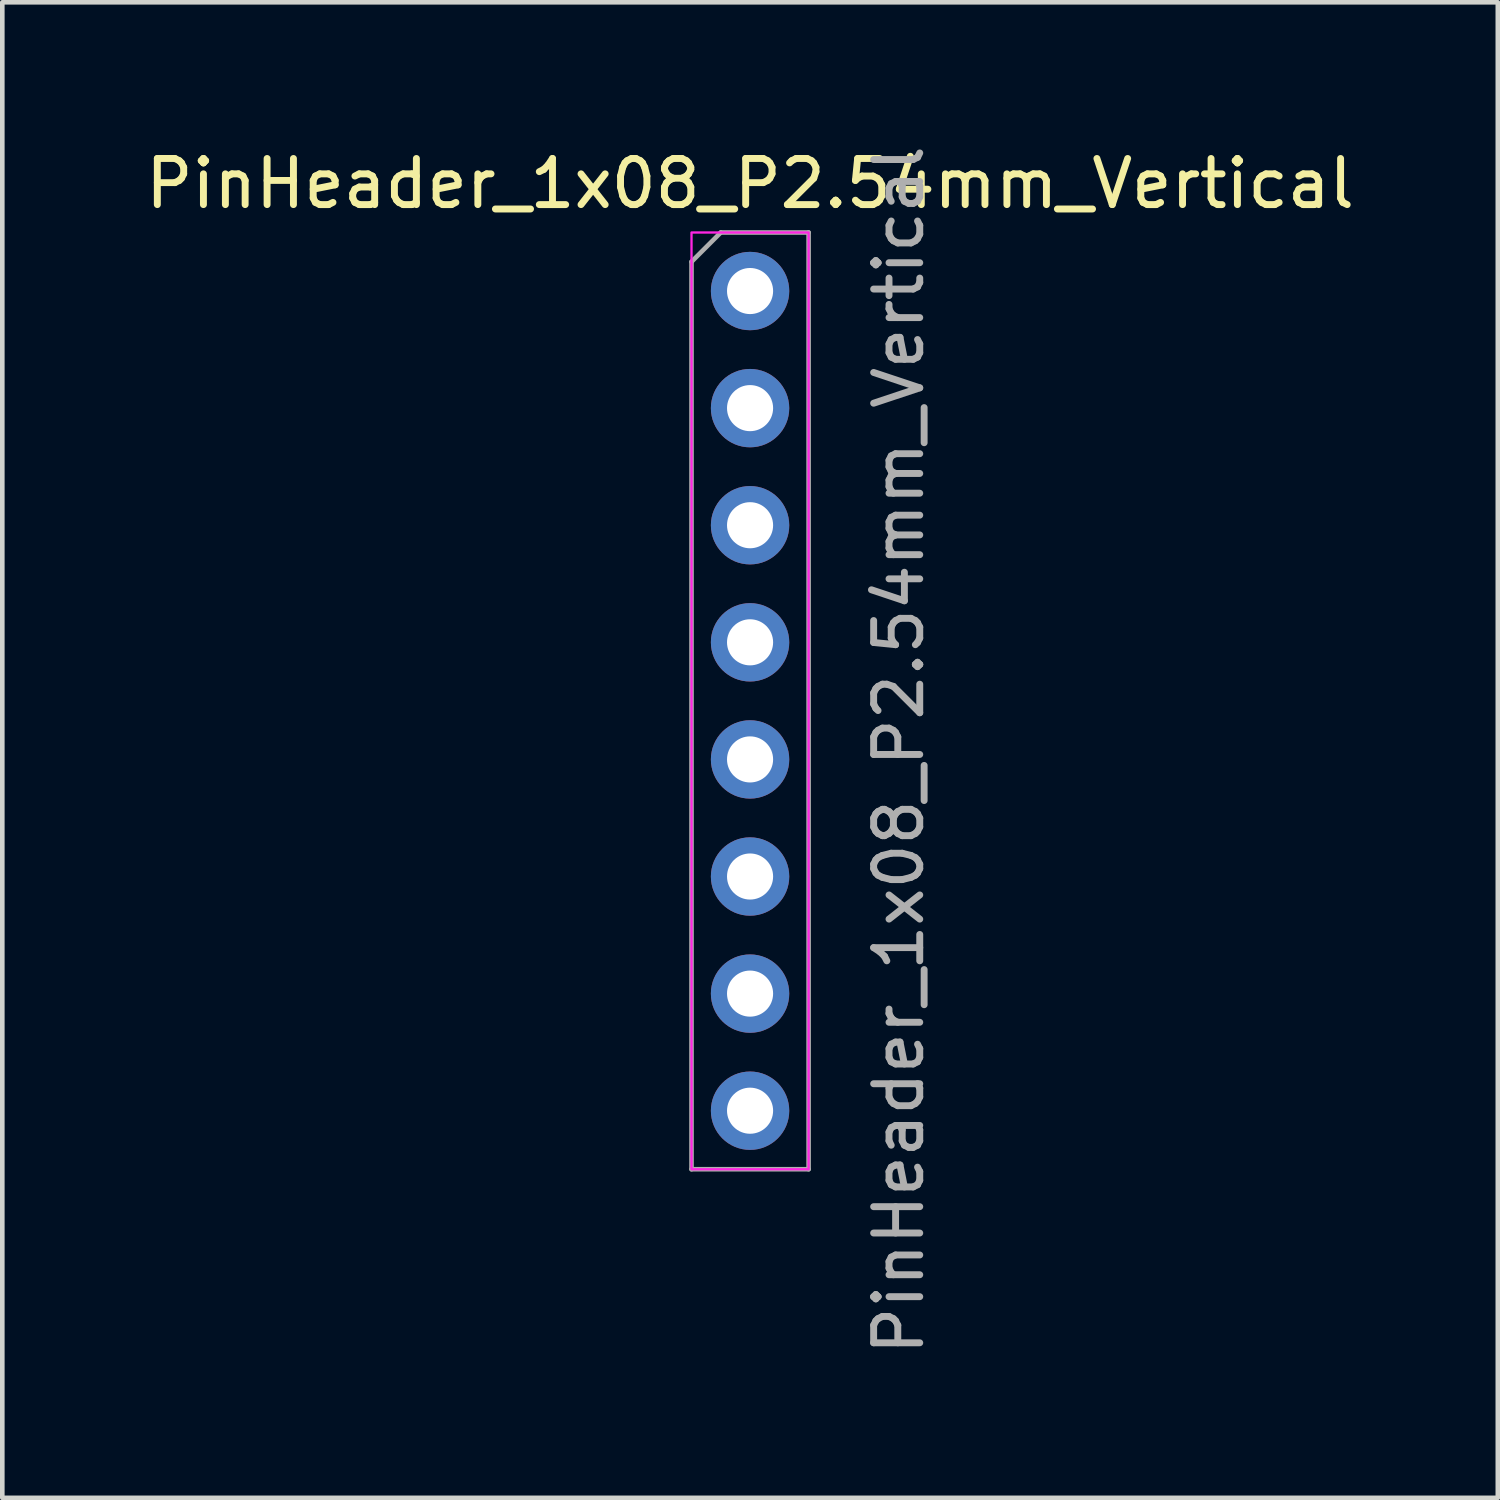
<source format=kicad_pcb>
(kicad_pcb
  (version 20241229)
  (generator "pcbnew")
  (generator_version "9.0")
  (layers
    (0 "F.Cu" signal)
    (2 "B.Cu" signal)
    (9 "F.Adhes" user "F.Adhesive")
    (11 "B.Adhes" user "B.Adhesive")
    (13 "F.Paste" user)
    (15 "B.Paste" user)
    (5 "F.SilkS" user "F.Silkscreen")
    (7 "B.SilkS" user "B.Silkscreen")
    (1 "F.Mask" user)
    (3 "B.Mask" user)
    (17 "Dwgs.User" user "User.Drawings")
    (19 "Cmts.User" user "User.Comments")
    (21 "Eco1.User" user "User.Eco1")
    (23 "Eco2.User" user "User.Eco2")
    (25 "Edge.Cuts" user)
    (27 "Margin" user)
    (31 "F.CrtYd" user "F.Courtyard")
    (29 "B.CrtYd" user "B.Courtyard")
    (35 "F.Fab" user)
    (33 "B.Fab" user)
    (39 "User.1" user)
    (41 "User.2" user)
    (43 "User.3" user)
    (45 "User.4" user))
  (footprint "PinHeader_1x08_P2.54mm_Vertical"
    (layer "F.Cu")
    (at 13.22 3.263)
    (property "Reference" "PinHeader_1x08_P2.54mm_Vertical" (at 0 -2.33 0) (layer "F.SilkS") (effects (font (size 1 1) (thickness 0.15))))
    (attr through_hole)
    (fp_rect (start -1.27 -1.27) (end 1.27 19.05) (stroke (width 0.05) (type default)) (fill no) (layer "F.CrtYd"))
    (fp_line (start -1.27 -0.635) (end -0.635 -1.27) (stroke (width 0.1) (type solid)) (layer "F.Fab"))
    (fp_line (start -1.27 19.05) (end -1.27 -0.635) (stroke (width 0.1) (type solid)) (layer "F.Fab"))
    (fp_line (start -0.635 -1.27) (end 1.27 -1.27) (stroke (width 0.1) (type solid)) (layer "F.Fab"))
    (fp_line (start 1.27 -1.27) (end 1.27 19.05) (stroke (width 0.1) (type solid)) (layer "F.Fab"))
    (fp_line (start 1.27 19.05) (end -1.27 19.05) (stroke (width 0.1) (type solid)) (layer "F.Fab"))
    (fp_text user "${REFERENCE}" (at 3.226 9.957 90) (layer "F.Fab") (effects (font (size 1 1) (thickness 0.15))))
    (pad "1" thru_hole oval (at 0 0) (size 1.7 1.7) (drill 1) (layers "*.Cu" "*.Mask"))
    (pad "2" thru_hole oval (at 0 2.54) (size 1.7 1.7) (drill 1) (layers "*.Cu" "*.Mask"))
    (pad "3" thru_hole oval (at 0 5.08) (size 1.7 1.7) (drill 1) (layers "*.Cu" "*.Mask"))
    (pad "4" thru_hole oval (at 0 7.62) (size 1.7 1.7) (drill 1) (layers "*.Cu" "*.Mask"))
    (pad "5" thru_hole oval (at 0 10.16) (size 1.7 1.7) (drill 1) (layers "*.Cu" "*.Mask"))
    (pad "6" thru_hole oval (at 0 12.7) (size 1.7 1.7) (drill 1) (layers "*.Cu" "*.Mask"))
    (pad "7" thru_hole oval (at 0 15.24) (size 1.7 1.7) (drill 1) (layers "*.Cu" "*.Mask"))
    (pad "8" thru_hole oval (at 0 17.78) (size 1.7 1.7) (drill 1) (layers "*.Cu" "*.Mask")))
  (gr_rect
    (start -3 -3)
    (end 29.44 29.44)
    (stroke (width 0.1) (type default))
    (fill no)
    (layer "Edge.Cuts")))
</source>
